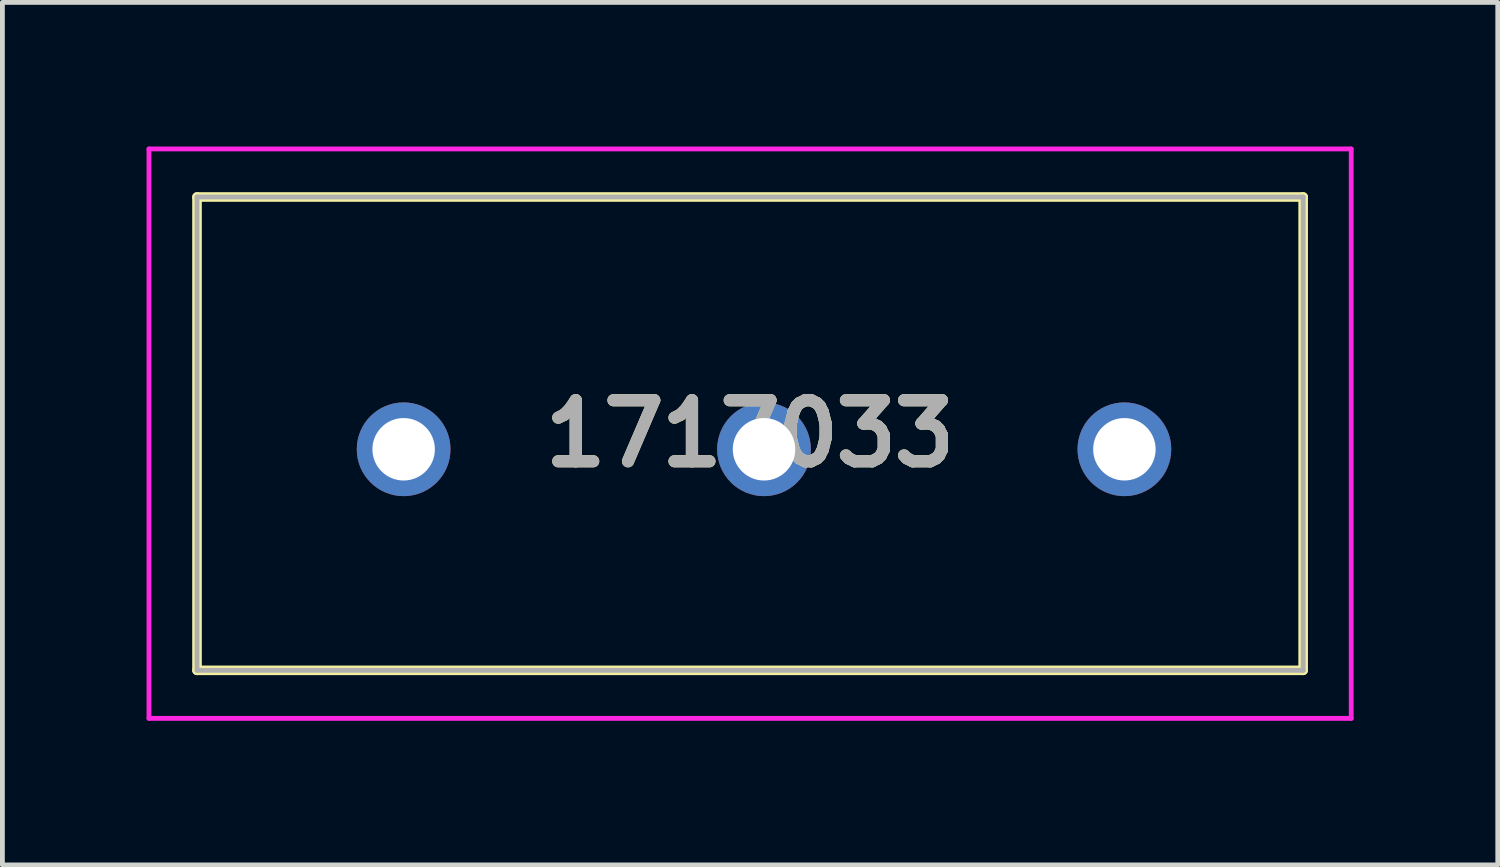
<source format=kicad_pcb>
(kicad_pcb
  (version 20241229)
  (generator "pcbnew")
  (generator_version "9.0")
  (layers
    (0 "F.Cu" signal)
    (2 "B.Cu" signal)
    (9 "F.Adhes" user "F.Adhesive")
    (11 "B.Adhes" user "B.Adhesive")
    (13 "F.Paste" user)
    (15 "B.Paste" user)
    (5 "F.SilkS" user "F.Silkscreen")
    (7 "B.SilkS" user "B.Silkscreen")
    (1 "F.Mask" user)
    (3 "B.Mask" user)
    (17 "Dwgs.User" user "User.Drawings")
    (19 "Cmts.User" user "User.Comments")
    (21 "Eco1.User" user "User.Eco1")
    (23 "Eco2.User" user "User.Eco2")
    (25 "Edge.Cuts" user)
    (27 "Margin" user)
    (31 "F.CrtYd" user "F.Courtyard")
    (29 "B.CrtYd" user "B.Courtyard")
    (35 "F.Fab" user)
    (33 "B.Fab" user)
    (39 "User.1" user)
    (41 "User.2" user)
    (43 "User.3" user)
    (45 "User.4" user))
  (footprint "1717033"
    (layer "F.Cu")
    (at 5.35 6.3)
    (property "Reference" "1717033" (at 7.21 -0.325 0) (layer "F.SilkS") (effects (font (size 1.27 1.27) (thickness 0.254))))
    (attr through_hole)
    (fp_line (start -4.3 -5.25) (end 18.72 -5.25) (stroke (width 0.2) (type solid)) (layer "F.SilkS"))
    (fp_line (start -4.3 4.6) (end -4.3 -5.25) (stroke (width 0.2) (type solid)) (layer "F.SilkS"))
    (fp_line (start 18.72 -5.25) (end 18.72 4.6) (stroke (width 0.2) (type solid)) (layer "F.SilkS"))
    (fp_line (start 18.72 4.6) (end -4.3 4.6) (stroke (width 0.2) (type solid)) (layer "F.SilkS"))
    (fp_line (start -5.3 -6.25) (end 19.72 -6.25) (stroke (width 0.1) (type solid)) (layer "F.CrtYd"))
    (fp_line (start -5.3 5.6) (end -5.3 -6.25) (stroke (width 0.1) (type solid)) (layer "F.CrtYd"))
    (fp_line (start 19.72 -6.25) (end 19.72 5.6) (stroke (width 0.1) (type solid)) (layer "F.CrtYd"))
    (fp_line (start 19.72 5.6) (end -5.3 5.6) (stroke (width 0.1) (type solid)) (layer "F.CrtYd"))
    (fp_line (start -4.3 -5.25) (end 18.72 -5.25) (stroke (width 0.1) (type solid)) (layer "F.Fab"))
    (fp_line (start -4.3 4.6) (end -4.3 -5.25) (stroke (width 0.1) (type solid)) (layer "F.Fab"))
    (fp_line (start 18.72 -5.25) (end 18.72 4.6) (stroke (width 0.1) (type solid)) (layer "F.Fab"))
    (fp_line (start 18.72 4.6) (end -4.3 4.6) (stroke (width 0.1) (type solid)) (layer "F.Fab"))
    (fp_text user "${REFERENCE}" (at 7.21 -0.325 0) (layer "F.Fab") (effects (font (size 1.27 1.27) (thickness 0.254))))
    (pad "1" thru_hole circle (at 0 0) (size 1.95 1.95) (drill 1.3) (layers "*.Cu" "*.Mask"))
    (pad "2" thru_hole circle (at 7.5 0) (size 1.95 1.95) (drill 1.3) (layers "*.Cu" "*.Mask"))
    (pad "3" thru_hole circle (at 15 0) (size 1.95 1.95) (drill 1.3) (layers "*.Cu" "*.Mask")))
  (gr_rect
    (start -3 -3)
    (end 28.12 14.95)
    (stroke (width 0.1) (type default))
    (fill no)
    (layer "Edge.Cuts")))
</source>
